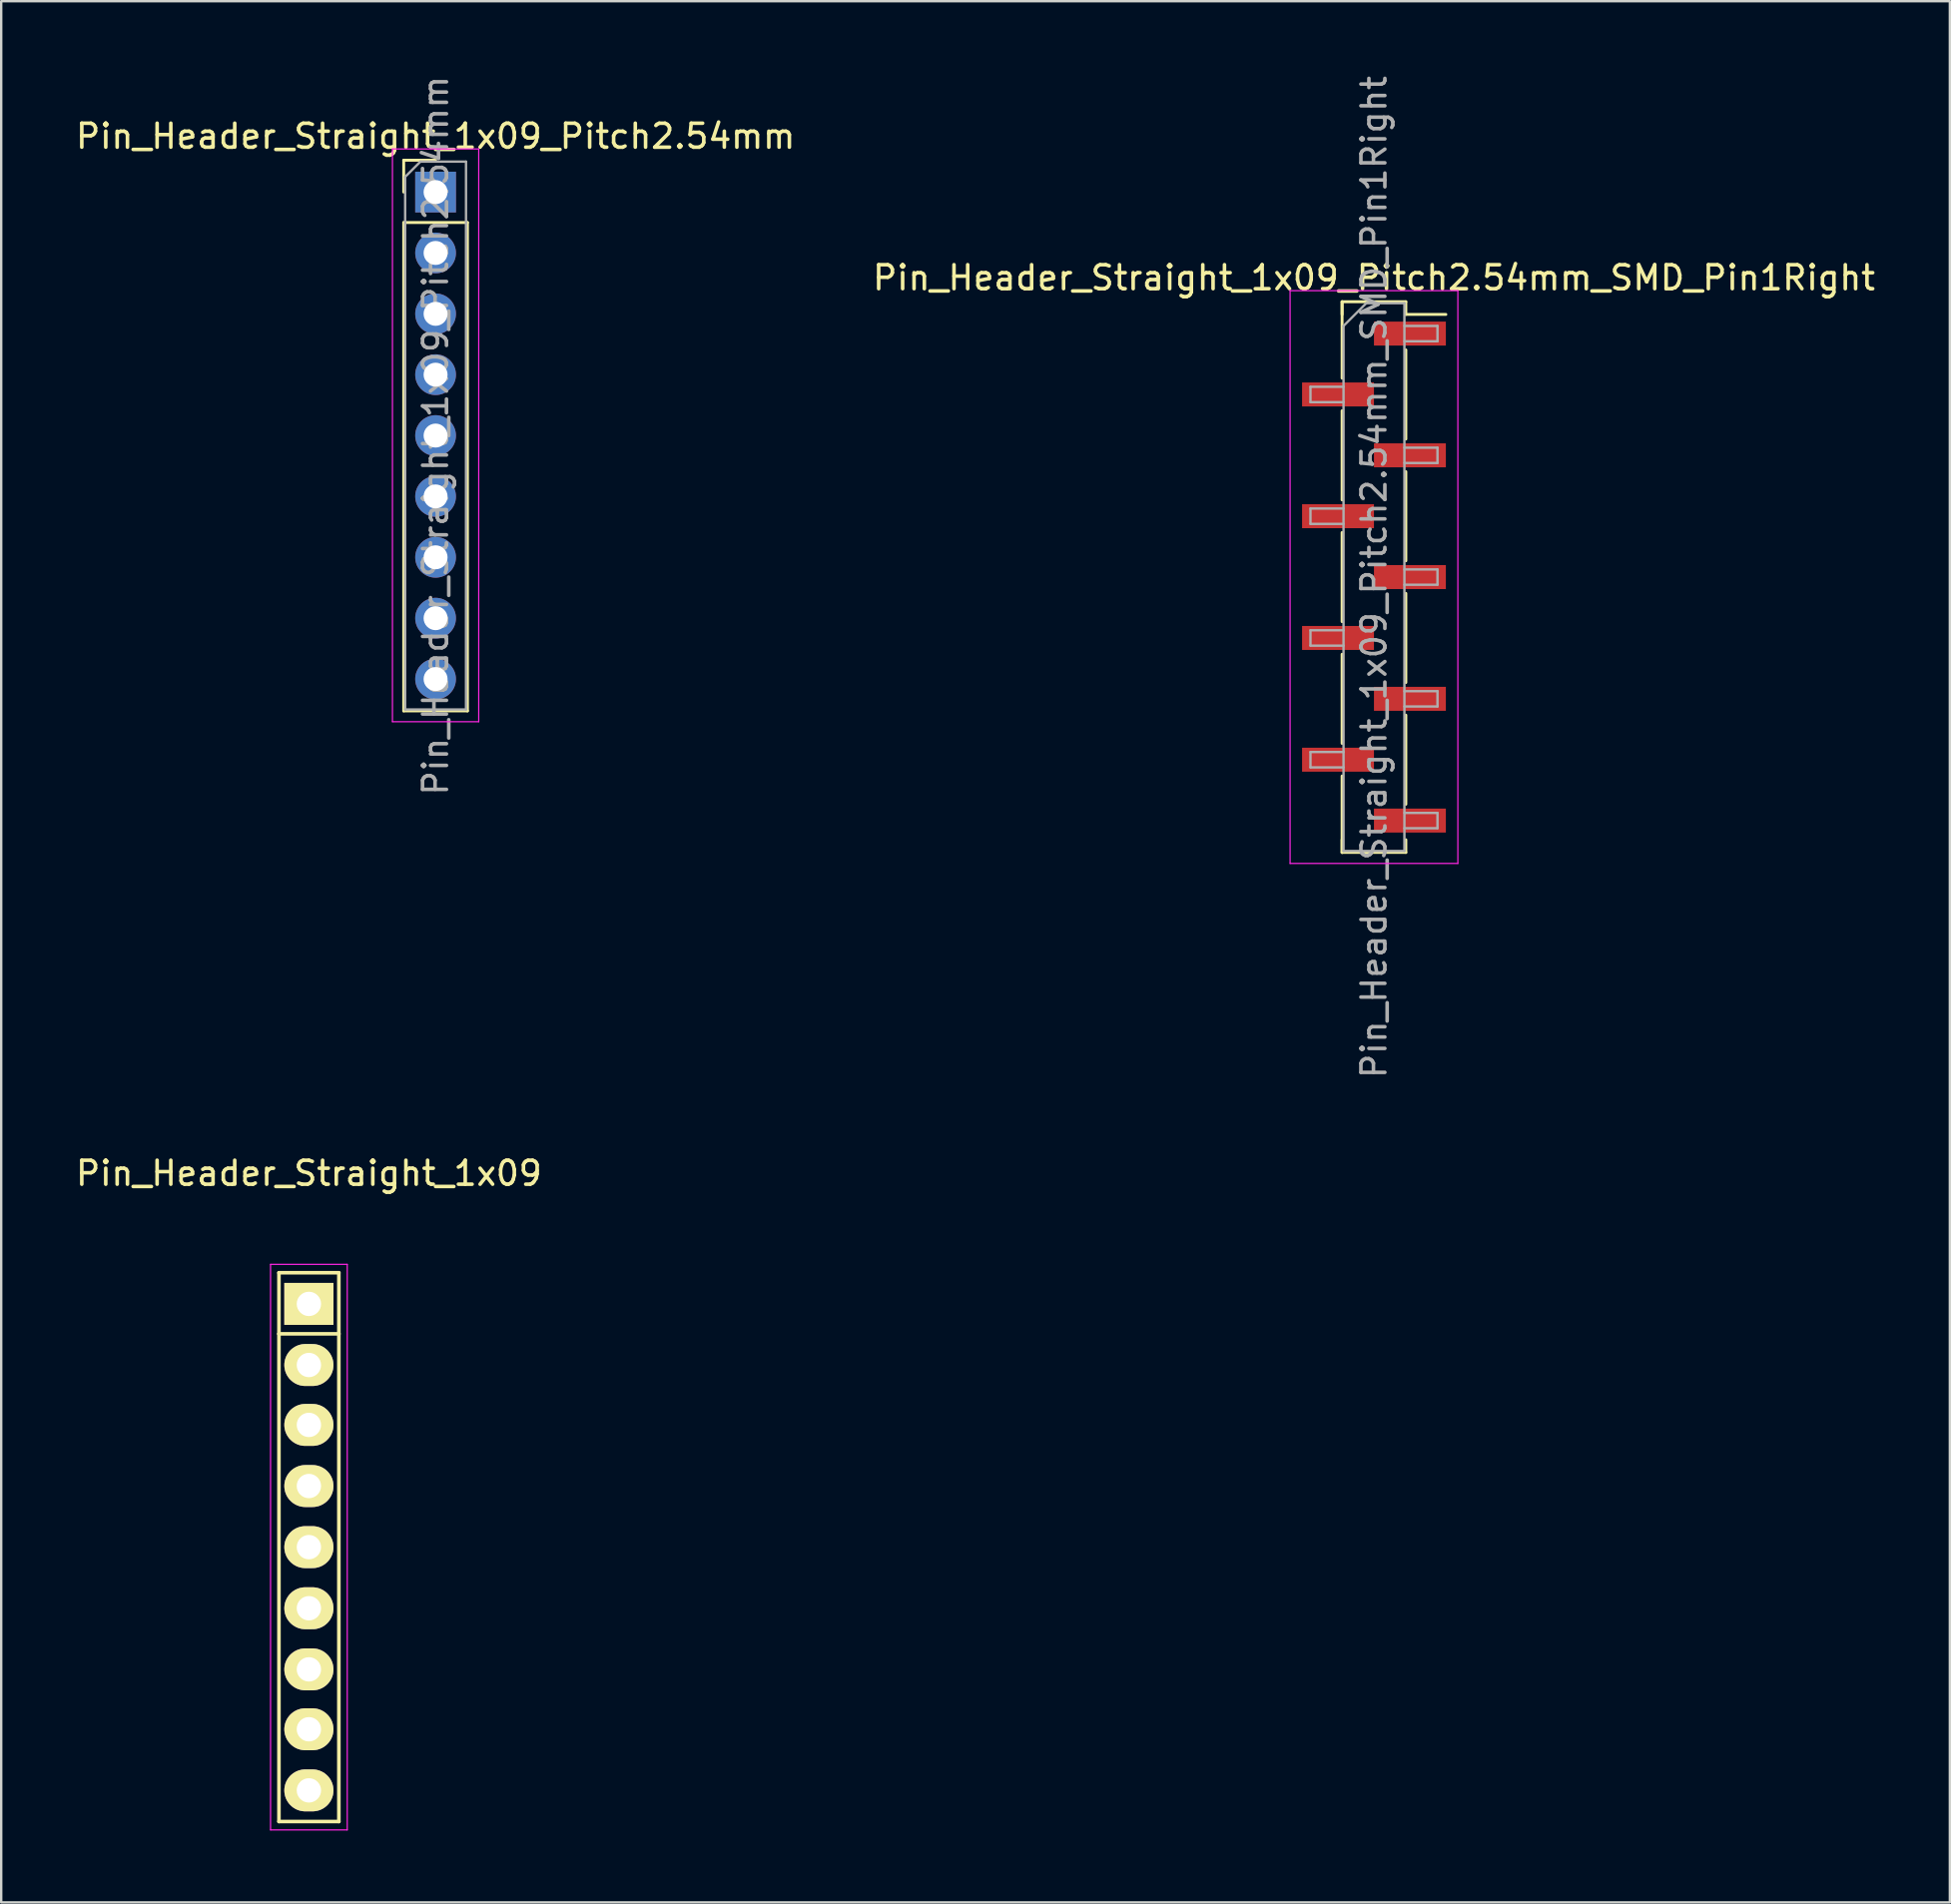
<source format=kicad_pcb>
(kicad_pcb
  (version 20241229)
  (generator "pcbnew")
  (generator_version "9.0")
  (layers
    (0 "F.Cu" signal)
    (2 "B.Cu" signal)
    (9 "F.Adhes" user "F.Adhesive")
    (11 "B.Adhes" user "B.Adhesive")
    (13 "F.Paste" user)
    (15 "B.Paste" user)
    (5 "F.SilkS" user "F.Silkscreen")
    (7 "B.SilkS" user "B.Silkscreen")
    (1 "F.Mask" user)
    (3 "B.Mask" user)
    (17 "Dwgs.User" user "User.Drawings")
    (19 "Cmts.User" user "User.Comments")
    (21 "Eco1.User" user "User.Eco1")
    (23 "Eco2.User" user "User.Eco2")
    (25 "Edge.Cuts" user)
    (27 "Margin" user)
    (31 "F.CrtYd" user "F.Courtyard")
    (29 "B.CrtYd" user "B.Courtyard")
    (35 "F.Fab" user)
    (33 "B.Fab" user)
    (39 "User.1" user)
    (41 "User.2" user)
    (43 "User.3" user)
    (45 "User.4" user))
  (footprint "Pin_Header_Straight_1x09_Pitch2.54mm_SMD_Pin1Right"
    (layer "F.Cu")
    (at 54.28 21.03)
    (property "Reference" "Pin_Header_Straight_1x09_Pitch2.54mm_SMD_Pin1Right" (at 0 -12.49 0) (layer "F.SilkS") (effects (font (size 1 1) (thickness 0.15))))
    (attr smd)
    (fp_line (start -1.33 -11.49) (end -1.33 -8.3) (stroke (width 0.12) (type solid)) (layer "F.SilkS"))
    (fp_line (start -1.33 -11.49) (end 1.33 -11.49) (stroke (width 0.12) (type solid)) (layer "F.SilkS"))
    (fp_line (start -1.33 -10.96) (end -1.33 -11.49) (stroke (width 0.12) (type solid)) (layer "F.SilkS"))
    (fp_line (start -1.33 -6.94) (end -1.33 -3.22) (stroke (width 0.12) (type solid)) (layer "F.SilkS"))
    (fp_line (start -1.33 -1.86) (end -1.33 1.86) (stroke (width 0.12) (type solid)) (layer "F.SilkS"))
    (fp_line (start -1.33 3.22) (end -1.33 6.94) (stroke (width 0.12) (type solid)) (layer "F.SilkS"))
    (fp_line (start -1.33 8.3) (end -1.33 11.49) (stroke (width 0.12) (type solid)) (layer "F.SilkS"))
    (fp_line (start -1.33 10.96) (end -1.33 11.49) (stroke (width 0.12) (type solid)) (layer "F.SilkS"))
    (fp_line (start -1.33 11.49) (end 1.33 11.49) (stroke (width 0.12) (type solid)) (layer "F.SilkS"))
    (fp_line (start 1.33 -11.49) (end 1.33 -10.96) (stroke (width 0.12) (type solid)) (layer "F.SilkS"))
    (fp_line (start 1.33 -10.96) (end 3 -10.96) (stroke (width 0.12) (type solid)) (layer "F.SilkS"))
    (fp_line (start 1.33 -9.48) (end 1.33 -5.76) (stroke (width 0.12) (type solid)) (layer "F.SilkS"))
    (fp_line (start 1.33 -4.4) (end 1.33 -0.68) (stroke (width 0.12) (type solid)) (layer "F.SilkS"))
    (fp_line (start 1.33 0.68) (end 1.33 4.4) (stroke (width 0.12) (type solid)) (layer "F.SilkS"))
    (fp_line (start 1.33 5.76) (end 1.33 9.48) (stroke (width 0.12) (type solid)) (layer "F.SilkS"))
    (fp_line (start 1.33 11.49) (end 1.33 10.96) (stroke (width 0.12) (type solid)) (layer "F.SilkS"))
    (fp_line (start -3.5 -11.95) (end -3.5 11.95) (stroke (width 0.05) (type solid)) (layer "F.CrtYd"))
    (fp_line (start -3.5 11.95) (end 3.5 11.95) (stroke (width 0.05) (type solid)) (layer "F.CrtYd"))
    (fp_line (start 3.5 -11.95) (end -3.5 -11.95) (stroke (width 0.05) (type solid)) (layer "F.CrtYd"))
    (fp_line (start 3.5 11.95) (end 3.5 -11.95) (stroke (width 0.05) (type solid)) (layer "F.CrtYd"))
    (fp_line (start -2.65 -7.94) (end -2.65 -7.3) (stroke (width 0.1) (type solid)) (layer "F.Fab"))
    (fp_line (start -2.65 -7.3) (end -1.27 -7.3) (stroke (width 0.1) (type solid)) (layer "F.Fab"))
    (fp_line (start -2.65 -2.86) (end -2.65 -2.22) (stroke (width 0.1) (type solid)) (layer "F.Fab"))
    (fp_line (start -2.65 -2.22) (end -1.27 -2.22) (stroke (width 0.1) (type solid)) (layer "F.Fab"))
    (fp_line (start -2.65 2.22) (end -2.65 2.86) (stroke (width 0.1) (type solid)) (layer "F.Fab"))
    (fp_line (start -2.65 2.86) (end -1.27 2.86) (stroke (width 0.1) (type solid)) (layer "F.Fab"))
    (fp_line (start -2.65 7.3) (end -2.65 7.94) (stroke (width 0.1) (type solid)) (layer "F.Fab"))
    (fp_line (start -2.65 7.94) (end -1.27 7.94) (stroke (width 0.1) (type solid)) (layer "F.Fab"))
    (fp_line (start -1.27 -10.48) (end -0.32 -11.43) (stroke (width 0.1) (type solid)) (layer "F.Fab"))
    (fp_line (start -1.27 -7.94) (end -2.65 -7.94) (stroke (width 0.1) (type solid)) (layer "F.Fab"))
    (fp_line (start -1.27 -2.86) (end -2.65 -2.86) (stroke (width 0.1) (type solid)) (layer "F.Fab"))
    (fp_line (start -1.27 2.22) (end -2.65 2.22) (stroke (width 0.1) (type solid)) (layer "F.Fab"))
    (fp_line (start -1.27 7.3) (end -2.65 7.3) (stroke (width 0.1) (type solid)) (layer "F.Fab"))
    (fp_line (start -1.27 11.43) (end -1.27 -10.48) (stroke (width 0.1) (type solid)) (layer "F.Fab"))
    (fp_line (start -0.32 -11.43) (end 1.27 -11.43) (stroke (width 0.1) (type solid)) (layer "F.Fab"))
    (fp_line (start 1.27 -11.43) (end 1.27 11.43) (stroke (width 0.1) (type solid)) (layer "F.Fab"))
    (fp_line (start 1.27 -10.48) (end 2.65 -10.48) (stroke (width 0.1) (type solid)) (layer "F.Fab"))
    (fp_line (start 1.27 -5.4) (end 2.65 -5.4) (stroke (width 0.1) (type solid)) (layer "F.Fab"))
    (fp_line (start 1.27 -0.32) (end 2.65 -0.32) (stroke (width 0.1) (type solid)) (layer "F.Fab"))
    (fp_line (start 1.27 4.76) (end 2.65 4.76) (stroke (width 0.1) (type solid)) (layer "F.Fab"))
    (fp_line (start 1.27 9.84) (end 2.65 9.84) (stroke (width 0.1) (type solid)) (layer "F.Fab"))
    (fp_line (start 1.27 11.43) (end -1.27 11.43) (stroke (width 0.1) (type solid)) (layer "F.Fab"))
    (fp_line (start 2.65 -10.48) (end 2.65 -9.84) (stroke (width 0.1) (type solid)) (layer "F.Fab"))
    (fp_line (start 2.65 -9.84) (end 1.27 -9.84) (stroke (width 0.1) (type solid)) (layer "F.Fab"))
    (fp_line (start 2.65 -5.4) (end 2.65 -4.76) (stroke (width 0.1) (type solid)) (layer "F.Fab"))
    (fp_line (start 2.65 -4.76) (end 1.27 -4.76) (stroke (width 0.1) (type solid)) (layer "F.Fab"))
    (fp_line (start 2.65 -0.32) (end 2.65 0.32) (stroke (width 0.1) (type solid)) (layer "F.Fab"))
    (fp_line (start 2.65 0.32) (end 1.27 0.32) (stroke (width 0.1) (type solid)) (layer "F.Fab"))
    (fp_line (start 2.65 4.76) (end 2.65 5.4) (stroke (width 0.1) (type solid)) (layer "F.Fab"))
    (fp_line (start 2.65 5.4) (end 1.27 5.4) (stroke (width 0.1) (type solid)) (layer "F.Fab"))
    (fp_line (start 2.65 9.84) (end 2.65 10.48) (stroke (width 0.1) (type solid)) (layer "F.Fab"))
    (fp_line (start 2.65 10.48) (end 1.27 10.48) (stroke (width 0.1) (type solid)) (layer "F.Fab"))
    (fp_text user "${REFERENCE}" (at 0 0 90) (layer "F.Fab") (effects (font (size 1 1) (thickness 0.15))))
    (pad "1" smd rect (at 1.5 -10.16) (size 3 1) (layers "F.Cu" "F.Mask" "F.Paste"))
    (pad "2" smd rect (at -1.5 -7.62) (size 3 1) (layers "F.Cu" "F.Mask" "F.Paste"))
    (pad "3" smd rect (at 1.5 -5.08) (size 3 1) (layers "F.Cu" "F.Mask" "F.Paste"))
    (pad "4" smd rect (at -1.5 -2.54) (size 3 1) (layers "F.Cu" "F.Mask" "F.Paste"))
    (pad "5" smd rect (at 1.5 0) (size 3 1) (layers "F.Cu" "F.Mask" "F.Paste"))
    (pad "6" smd rect (at -1.5 2.54) (size 3 1) (layers "F.Cu" "F.Mask" "F.Paste"))
    (pad "7" smd rect (at 1.5 5.08) (size 3 1) (layers "F.Cu" "F.Mask" "F.Paste"))
    (pad "8" smd rect (at -1.5 7.62) (size 3 1) (layers "F.Cu" "F.Mask" "F.Paste"))
    (pad "9" smd rect (at 1.5 10.16) (size 3 1) (layers "F.Cu" "F.Mask" "F.Paste")))
  (footprint "Pin_Header_Straight_1x09"
    (layer "F.Cu")
    (at 9.839 51.358)
    (property "Reference" "Pin_Header_Straight_1x09" (at 0 -5.45 0) (layer "F.SilkS") (effects (font (size 1 1) (thickness 0.15))))
    (attr through_hole)
    (fp_line (start -1.25 -1.3) (end -1.25 1.25) (stroke (width 0.15) (type solid)) (layer "F.SilkS"))
    (fp_line (start -1.25 21.6) (end -1.25 1.25) (stroke (width 0.15) (type solid)) (layer "F.SilkS"))
    (fp_line (start 1.25 -1.3) (end -1.25 -1.3) (stroke (width 0.15) (type solid)) (layer "F.SilkS"))
    (fp_line (start 1.25 -1.3) (end 1.25 1.25) (stroke (width 0.15) (type solid)) (layer "F.SilkS"))
    (fp_line (start 1.25 1.25) (end -1.25 1.25) (stroke (width 0.15) (type solid)) (layer "F.SilkS"))
    (fp_line (start 1.25 1.25) (end 1.25 21.6) (stroke (width 0.15) (type solid)) (layer "F.SilkS"))
    (fp_line (start 1.25 21.6) (end -1.25 21.6) (stroke (width 0.15) (type solid)) (layer "F.SilkS"))
    (fp_line (start -1.6 -1.65) (end -1.6 21.95) (stroke (width 0.05) (type solid)) (layer "F.CrtYd"))
    (fp_line (start -1.6 -1.65) (end 1.6 -1.65) (stroke (width 0.05) (type solid)) (layer "F.CrtYd"))
    (fp_line (start -1.6 21.95) (end 1.6 21.95) (stroke (width 0.05) (type solid)) (layer "F.CrtYd"))
    (fp_line (start 1.6 -1.65) (end 1.6 21.95) (stroke (width 0.05) (type solid)) (layer "F.CrtYd"))
    (pad "1" thru_hole rect (at 0 0) (size 2.05 1.75) (drill 1.016) (layers "*.Cu" "*.Mask" "F.SilkS"))
    (pad "2" thru_hole oval (at 0 2.55) (size 2.05 1.75) (drill 1.016) (layers "*.Cu" "*.Mask" "F.SilkS"))
    (pad "3" thru_hole oval (at 0 5.05) (size 2.05 1.75) (drill 1.016) (layers "*.Cu" "*.Mask" "F.SilkS"))
    (pad "4" thru_hole oval (at 0 7.6) (size 2.05 1.75) (drill 1.016) (layers "*.Cu" "*.Mask" "F.SilkS"))
    (pad "5" thru_hole oval (at 0 10.15) (size 2.05 1.75) (drill 1.016) (layers "*.Cu" "*.Mask" "F.SilkS"))
    (pad "6" thru_hole oval (at 0 12.7) (size 2.05 1.75) (drill 1.016) (layers "*.Cu" "*.Mask" "F.SilkS"))
    (pad "7" thru_hole oval (at 0 15.25) (size 2.05 1.75) (drill 1.016) (layers "*.Cu" "*.Mask" "F.SilkS"))
    (pad "8" thru_hole oval (at 0 17.75) (size 2.05 1.75) (drill 1.016) (layers "*.Cu" "*.Mask" "F.SilkS"))
    (pad "9" thru_hole oval (at 0 20.3) (size 2.05 1.75) (drill 1.016) (layers "*.Cu" "*.Mask" "F.SilkS")))
  (footprint "Pin_Header_Straight_1x09_Pitch2.54mm"
    (layer "F.Cu")
    (at 15.125 4.965)
    (property "Reference" "Pin_Header_Straight_1x09_Pitch2.54mm" (at 0 -2.33 0) (layer "F.SilkS") (effects (font (size 1 1) (thickness 0.15))))
    (attr through_hole)
    (fp_line (start -1.33 -1.33) (end 0 -1.33) (stroke (width 0.12) (type solid)) (layer "F.SilkS"))
    (fp_line (start -1.33 0) (end -1.33 -1.33) (stroke (width 0.12) (type solid)) (layer "F.SilkS"))
    (fp_line (start -1.33 1.27) (end -1.33 21.65) (stroke (width 0.12) (type solid)) (layer "F.SilkS"))
    (fp_line (start -1.33 21.65) (end 1.33 21.65) (stroke (width 0.12) (type solid)) (layer "F.SilkS"))
    (fp_line (start 1.33 1.27) (end -1.33 1.27) (stroke (width 0.12) (type solid)) (layer "F.SilkS"))
    (fp_line (start 1.33 21.65) (end 1.33 1.27) (stroke (width 0.12) (type solid)) (layer "F.SilkS"))
    (fp_line (start -1.8 -1.8) (end -1.8 22.1) (stroke (width 0.05) (type solid)) (layer "F.CrtYd"))
    (fp_line (start -1.8 22.1) (end 1.8 22.1) (stroke (width 0.05) (type solid)) (layer "F.CrtYd"))
    (fp_line (start 1.8 -1.8) (end -1.8 -1.8) (stroke (width 0.05) (type solid)) (layer "F.CrtYd"))
    (fp_line (start 1.8 22.1) (end 1.8 -1.8) (stroke (width 0.05) (type solid)) (layer "F.CrtYd"))
    (fp_line (start -1.27 -0.635) (end -0.635 -1.27) (stroke (width 0.1) (type solid)) (layer "F.Fab"))
    (fp_line (start -1.27 21.59) (end -1.27 -0.635) (stroke (width 0.1) (type solid)) (layer "F.Fab"))
    (fp_line (start -0.635 -1.27) (end 1.27 -1.27) (stroke (width 0.1) (type solid)) (layer "F.Fab"))
    (fp_line (start 1.27 -1.27) (end 1.27 21.59) (stroke (width 0.1) (type solid)) (layer "F.Fab"))
    (fp_line (start 1.27 21.59) (end -1.27 21.59) (stroke (width 0.1) (type solid)) (layer "F.Fab"))
    (fp_text user "${REFERENCE}" (at 0 10.16 90) (layer "F.Fab") (effects (font (size 1 1) (thickness 0.15))))
    (pad "1" thru_hole rect (at 0 0) (size 1.7 1.7) (drill 1) (layers "*.Cu" "*.Mask"))
    (pad "2" thru_hole oval (at 0 2.54) (size 1.7 1.7) (drill 1) (layers "*.Cu" "*.Mask"))
    (pad "3" thru_hole oval (at 0 5.08) (size 1.7 1.7) (drill 1) (layers "*.Cu" "*.Mask"))
    (pad "4" thru_hole oval (at 0 7.62) (size 1.7 1.7) (drill 1) (layers "*.Cu" "*.Mask"))
    (pad "5" thru_hole oval (at 0 10.16) (size 1.7 1.7) (drill 1) (layers "*.Cu" "*.Mask"))
    (pad "6" thru_hole oval (at 0 12.7) (size 1.7 1.7) (drill 1) (layers "*.Cu" "*.Mask"))
    (pad "7" thru_hole oval (at 0 15.24) (size 1.7 1.7) (drill 1) (layers "*.Cu" "*.Mask"))
    (pad "8" thru_hole oval (at 0 17.78) (size 1.7 1.7) (drill 1) (layers "*.Cu" "*.Mask"))
    (pad "9" thru_hole oval (at 0 20.32) (size 1.7 1.7) (drill 1) (layers "*.Cu" "*.Mask")))
  (gr_rect
    (start -3 -3)
    (end 78.31 76.333)
    (stroke (width 0.1) (type default))
    (fill no)
    (layer "Edge.Cuts")))
</source>
